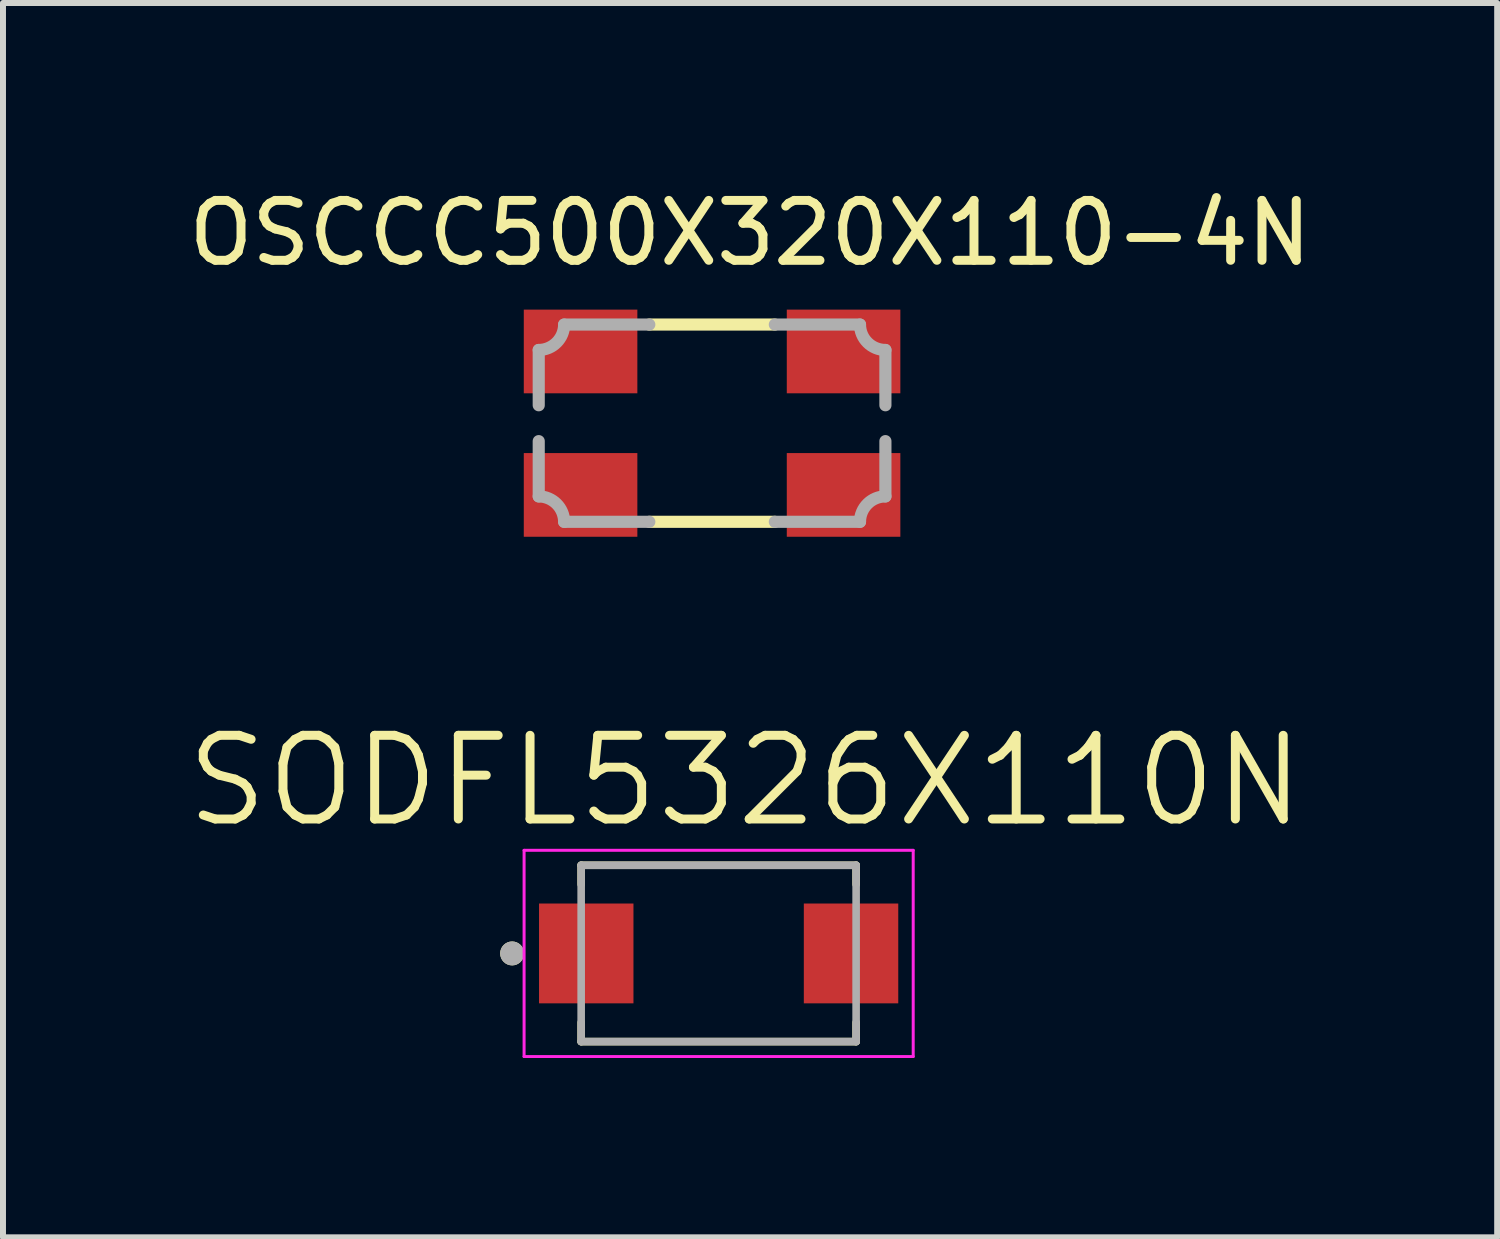
<source format=kicad_pcb>
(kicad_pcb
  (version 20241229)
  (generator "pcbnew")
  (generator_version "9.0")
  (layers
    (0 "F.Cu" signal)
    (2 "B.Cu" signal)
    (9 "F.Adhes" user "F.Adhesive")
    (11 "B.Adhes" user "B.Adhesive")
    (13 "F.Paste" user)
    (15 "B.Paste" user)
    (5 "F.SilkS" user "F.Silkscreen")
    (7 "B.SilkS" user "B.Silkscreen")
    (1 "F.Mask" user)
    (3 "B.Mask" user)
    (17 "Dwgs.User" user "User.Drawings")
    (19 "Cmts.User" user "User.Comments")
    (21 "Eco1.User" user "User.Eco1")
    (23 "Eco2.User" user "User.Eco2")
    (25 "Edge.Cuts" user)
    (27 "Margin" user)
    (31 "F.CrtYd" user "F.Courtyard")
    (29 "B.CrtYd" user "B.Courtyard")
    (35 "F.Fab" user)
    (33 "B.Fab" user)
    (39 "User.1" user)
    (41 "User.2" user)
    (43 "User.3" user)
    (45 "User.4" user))
  (footprint "OSCCC500X320X110-4N"
    (layer "F.Cu")
    (at 8.863 4.03)
    (property "Reference" "OSCCC500X320X110-4N" (at 0.636 -3.181 0) (layer "F.SilkS") (effects (font (size 1.002 1.002) (thickness 0.15))))
    (attr through_hole)
    (fp_line (start -1.05 -1.65) (end 1.05 -1.65) (stroke (width 0.203) (type solid)) (layer "F.SilkS"))
    (fp_line (start 1.05 1.65) (end -1.05 1.65) (stroke (width 0.203) (type solid)) (layer "F.SilkS"))
    (fp_line (start -2.9 -0.3) (end -2.9 -1.225) (stroke (width 0.203) (type solid)) (layer "F.Fab"))
    (fp_line (start -2.9 1.225) (end -2.9 0.3) (stroke (width 0.203) (type solid)) (layer "F.Fab"))
    (fp_line (start -2.475 -1.65) (end -1.05 -1.65) (stroke (width 0.203) (type solid)) (layer "F.Fab"))
    (fp_line (start -1.05 1.65) (end -2.475 1.65) (stroke (width 0.203) (type solid)) (layer "F.Fab"))
    (fp_line (start 1.05 -1.65) (end 2.475 -1.65) (stroke (width 0.203) (type solid)) (layer "F.Fab"))
    (fp_line (start 2.475 1.65) (end 1.05 1.65) (stroke (width 0.203) (type solid)) (layer "F.Fab"))
    (fp_line (start 2.9 -1.225) (end 2.9 -0.3) (stroke (width 0.203) (type solid)) (layer "F.Fab"))
    (fp_line (start 2.9 0.3) (end 2.9 1.225) (stroke (width 0.203) (type solid)) (layer "F.Fab"))
    (fp_arc (start -2.9 1.225) (mid -2.600004 1.350004) (end -2.475 1.65) (stroke (width 0.2032) (type solid)) (layer "F.Fab"))
    (fp_arc (start -2.475 -1.65) (mid -2.600004 -1.350004) (end -2.9 -1.225) (stroke (width 0.2032) (type solid)) (layer "F.Fab"))
    (fp_arc (start 2.475 1.65) (mid 2.600004 1.350004) (end 2.9 1.225) (stroke (width 0.2032) (type solid)) (layer "F.Fab"))
    (fp_arc (start 2.9 -1.225) (mid 2.600004 -1.350004) (end 2.475 -1.65) (stroke (width 0.2032) (type solid)) (layer "F.Fab"))
    (pad "1" smd rect (at -2.2 1.2) (size 1.9 1.4) (layers "F.Cu" "F.Mask" "F.Paste"))
    (pad "2" smd rect (at 2.2 1.2) (size 1.9 1.4) (layers "F.Cu" "F.Mask" "F.Paste"))
    (pad "3" smd rect (at 2.2 -1.2) (size 1.9 1.4) (layers "F.Cu" "F.Mask" "F.Paste"))
    (pad "4" smd rect (at -2.2 -1.2) (size 1.9 1.4) (layers "F.Cu" "F.Mask" "F.Paste")))
  (footprint "SODFL5326X110N"
    (layer "F.Cu")
    (at 8.973 12.901)
    (property "Reference" "SODFL5326X110N" (at 0.445 -2.889 0) (layer "F.SilkS") (effects (font (size 1.4 1.4) (thickness 0.15))))
    (attr through_hole)
    (fp_line (start -2.3 -1.475) (end 2.3 -1.475) (stroke (width 0.127) (type solid)) (layer "F.SilkS"))
    (fp_line (start -2.3 -1.155) (end -2.3 -1.475) (stroke (width 0.127) (type solid)) (layer "F.SilkS"))
    (fp_line (start -2.3 1.475) (end -2.3 1.155) (stroke (width 0.127) (type solid)) (layer "F.SilkS"))
    (fp_line (start 2.3 -1.475) (end 2.3 -1.155) (stroke (width 0.127) (type solid)) (layer "F.SilkS"))
    (fp_line (start 2.3 1.155) (end 2.3 1.475) (stroke (width 0.127) (type solid)) (layer "F.SilkS"))
    (fp_line (start 2.3 1.475) (end -2.3 1.475) (stroke (width 0.127) (type solid)) (layer "F.SilkS"))
    (fp_circle (center -3.455 0) (end -3.355 0) (stroke (width 0.2) (type solid)) (fill no) (layer "F.SilkS"))
    (fp_line (start -3.255 -1.725) (end 3.255 -1.725) (stroke (width 0.05) (type solid)) (layer "F.CrtYd"))
    (fp_line (start -3.255 1.725) (end -3.255 -1.725) (stroke (width 0.05) (type solid)) (layer "F.CrtYd"))
    (fp_line (start 3.255 -1.725) (end 3.255 1.725) (stroke (width 0.05) (type solid)) (layer "F.CrtYd"))
    (fp_line (start 3.255 1.725) (end -3.255 1.725) (stroke (width 0.05) (type solid)) (layer "F.CrtYd"))
    (fp_line (start -2.3 -1.475) (end 2.3 -1.475) (stroke (width 0.127) (type solid)) (layer "F.Fab"))
    (fp_line (start -2.3 1.475) (end -2.3 -1.475) (stroke (width 0.127) (type solid)) (layer "F.Fab"))
    (fp_line (start 2.3 -1.475) (end 2.3 1.475) (stroke (width 0.127) (type solid)) (layer "F.Fab"))
    (fp_line (start 2.3 1.475) (end -2.3 1.475) (stroke (width 0.127) (type solid)) (layer "F.Fab"))
    (fp_circle (center -3.455 0) (end -3.355 0) (stroke (width 0.2) (type solid)) (fill no) (layer "F.Fab"))
    (pad "A" smd rect (at 2.215 0) (size 1.58 1.67) (layers "F.Cu" "F.Mask" "F.Paste"))
    (pad "C" smd rect (at -2.215 0) (size 1.58 1.67) (layers "F.Cu" "F.Mask" "F.Paste")))
  (gr_rect
    (start -3 -3)
    (end 21.998 17.651)
    (stroke (width 0.1) (type default))
    (fill no)
    (layer "Edge.Cuts")))
</source>
